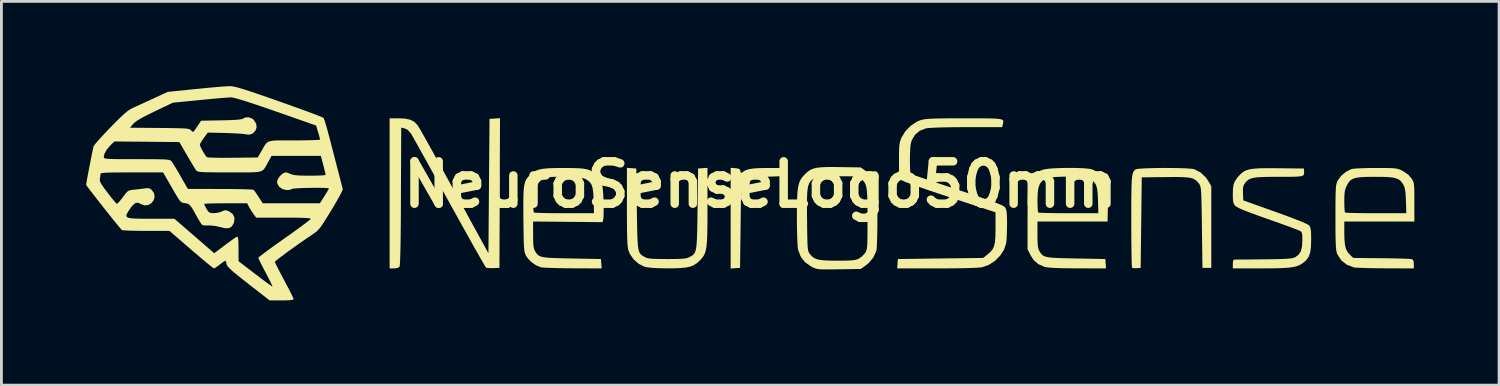
<source format=kicad_pcb>
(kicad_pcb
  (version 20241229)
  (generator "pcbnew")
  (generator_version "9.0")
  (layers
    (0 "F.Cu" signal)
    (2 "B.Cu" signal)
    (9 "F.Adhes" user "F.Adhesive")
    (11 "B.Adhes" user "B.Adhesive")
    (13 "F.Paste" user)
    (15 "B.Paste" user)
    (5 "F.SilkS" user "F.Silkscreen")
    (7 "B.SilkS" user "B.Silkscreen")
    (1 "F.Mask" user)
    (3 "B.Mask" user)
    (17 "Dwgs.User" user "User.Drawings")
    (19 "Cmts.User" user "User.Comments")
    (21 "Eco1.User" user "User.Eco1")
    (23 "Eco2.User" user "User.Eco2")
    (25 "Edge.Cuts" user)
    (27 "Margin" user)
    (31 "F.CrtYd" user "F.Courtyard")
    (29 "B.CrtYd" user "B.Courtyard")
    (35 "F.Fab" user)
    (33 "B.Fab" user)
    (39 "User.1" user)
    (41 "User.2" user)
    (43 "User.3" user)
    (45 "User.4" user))
  (footprint "NeuroSenseLogo50mm"
    (layer "F.Cu")
    (at 23.876 3.484)
    (property "Reference" "NeuroSenseLogo50mm" (at 0 0 0) (layer "F.SilkS") (effects (font (size 1.5 1.5) (thickness 0.3))))
    (attr board_only exclude_from_pos_files exclude_from_bom)
    (fp_poly (pts (xy -0.889 -0.579) (xy -0.781 -0.564) (xy -0.729 -0.532) (xy -0.71 -0.475) (xy -0.694 -0.413) (xy -0.659 -0.419) (xy -0.632 -0.441) (xy -0.539 -0.5) (xy -0.412 -0.543) (xy -0.239 -0.57) (xy -0.009 -0.583) (xy 0.204 -0.586) (xy 0.708 -0.586) (xy 0.696 -0.44) (xy 0.684 -0.293) (xy 0.137 -0.274) (xy -0.084 -0.263) (xy -0.271 -0.247) (xy -0.411 -0.229) (xy -0.488 -0.209) (xy -0.492 -0.207) (xy -0.539 -0.179) (xy -0.579 -0.15) (xy -0.61 -0.112) (xy -0.635 -0.058) (xy -0.654 0.02) (xy -0.668 0.13) (xy -0.679 0.279) (xy -0.687 0.475) (xy -0.693 0.725) (xy -0.698 1.038) (xy -0.703 1.42) (xy -0.703 1.462) (xy -0.723 2.95) (xy -0.889 2.962) (xy -1.055 2.974) (xy -1.055 1.192) (xy -1.055 -0.591)) (stroke (width 0) (type solid)) (fill yes) (layer "F.SilkS"))
    (fp_poly (pts (xy 14.597 -0.585) (xy 14.834 -0.581) (xy 15.043 -0.574) (xy 15.212 -0.563) (xy 15.328 -0.55) (xy 15.361 -0.542) (xy 15.586 -0.426) (xy 15.774 -0.244) (xy 15.855 -0.126) (xy 15.963 0.059) (xy 15.963 1.504) (xy 15.963 2.95) (xy 15.807 2.95) (xy 15.65 2.95) (xy 15.631 1.517) (xy 15.626 1.144) (xy 15.621 0.841) (xy 15.615 0.599) (xy 15.61 0.412) (xy 15.603 0.271) (xy 15.594 0.168) (xy 15.583 0.095) (xy 15.569 0.043) (xy 15.552 0.006) (xy 15.531 -0.026) (xy 15.53 -0.027) (xy 15.469 -0.103) (xy 15.404 -0.162) (xy 15.324 -0.206) (xy 15.22 -0.236) (xy 15.08 -0.255) (xy 14.894 -0.264) (xy 14.651 -0.267) (xy 14.341 -0.264) (xy 14.341 -0.264) (xy 13.501 -0.254) (xy 13.482 1.348) (xy 13.462 2.95) (xy 13.324 2.962) (xy 13.224 2.963) (xy 13.162 2.949) (xy 13.158 2.946) (xy 13.152 2.902) (xy 13.146 2.788) (xy 13.141 2.613) (xy 13.137 2.384) (xy 13.134 2.111) (xy 13.131 1.801) (xy 13.13 1.463) (xy 13.13 1.3) (xy 13.13 0.888) (xy 13.131 0.547) (xy 13.134 0.269) (xy 13.139 0.048) (xy 13.146 -0.124) (xy 13.157 -0.254) (xy 13.171 -0.35) (xy 13.191 -0.419) (xy 13.215 -0.468) (xy 13.245 -0.504) (xy 13.281 -0.535) (xy 13.283 -0.536) (xy 13.342 -0.552) (xy 13.465 -0.564) (xy 13.641 -0.574) (xy 13.855 -0.581) (xy 14.094 -0.586) (xy 14.346 -0.587)) (stroke (width 0) (type solid)) (fill yes) (layer "F.SilkS"))
    (fp_poly (pts (xy -9.232 0.301) (xy -9.242 2.95) (xy -9.457 2.96) (xy -9.584 2.961) (xy -9.682 2.952) (xy -9.716 2.941) (xy -9.743 2.902) (xy -9.803 2.801) (xy -9.895 2.643) (xy -10.014 2.433) (xy -10.159 2.178) (xy -10.324 1.882) (xy -10.508 1.553) (xy -10.707 1.195) (xy -10.918 0.814) (xy -11.022 0.625) (xy -11.24 0.232) (xy -11.448 -0.145) (xy -11.643 -0.498) (xy -11.823 -0.822) (xy -11.984 -1.111) (xy -12.121 -1.358) (xy -12.233 -1.557) (xy -12.315 -1.703) (xy -12.364 -1.789) (xy -12.374 -1.806) (xy -12.49 -1.936) (xy -12.592 -1.984) (xy -12.72 -2.017) (xy -12.73 0.424) (xy -12.732 0.978) (xy -12.736 1.457) (xy -12.74 1.862) (xy -12.745 2.198) (xy -12.752 2.467) (xy -12.759 2.67) (xy -12.767 2.812) (xy -12.776 2.894) (xy -12.783 2.917) (xy -12.848 2.952) (xy -12.954 2.969) (xy -12.978 2.97) (xy -13.13 2.97) (xy -13.13 0.313) (xy -13.13 -2.345) (xy -12.816 -2.345) (xy -12.575 -2.333) (xy -12.394 -2.293) (xy -12.257 -2.221) (xy -12.148 -2.11) (xy -12.144 -2.105) (xy -12.116 -2.062) (xy -12.07 -1.986) (xy -12.003 -1.871) (xy -11.916 -1.717) (xy -11.805 -1.52) (xy -11.669 -1.276) (xy -11.507 -0.984) (xy -11.317 -0.64) (xy -11.098 -0.241) (xy -10.847 0.215) (xy -10.564 0.731) (xy -10.247 1.311) (xy -9.929 1.891) (xy -9.632 2.433) (xy -9.613 0.054) (xy -9.593 -2.325) (xy -9.407 -2.337) (xy -9.222 -2.349)) (stroke (width 0) (type solid)) (fill yes) (layer "F.SilkS"))
    (fp_poly (pts (xy -1.876 0.772) (xy -1.876 1.175) (xy -1.879 1.509) (xy -1.884 1.781) (xy -1.894 1.999) (xy -1.909 2.172) (xy -1.931 2.308) (xy -1.96 2.415) (xy -1.998 2.501) (xy -2.046 2.576) (xy -2.106 2.646) (xy -2.144 2.686) (xy -2.249 2.783) (xy -2.36 2.855) (xy -2.489 2.907) (xy -2.65 2.94) (xy -2.856 2.959) (xy -3.119 2.967) (xy -3.299 2.967) (xy -3.619 2.962) (xy -3.864 2.948) (xy -4.039 2.925) (xy -4.108 2.909) (xy -4.308 2.81) (xy -4.486 2.655) (xy -4.62 2.464) (xy -4.664 2.363) (xy -4.682 2.302) (xy -4.696 2.227) (xy -4.707 2.129) (xy -4.715 2) (xy -4.721 1.831) (xy -4.725 1.614) (xy -4.727 1.34) (xy -4.728 1.002) (xy -4.728 0.792) (xy -4.728 -0.591) (xy -4.562 -0.579) (xy -4.396 -0.567) (xy -4.377 0.861) (xy -4.371 1.252) (xy -4.366 1.571) (xy -4.359 1.829) (xy -4.349 2.031) (xy -4.336 2.186) (xy -4.317 2.302) (xy -4.291 2.387) (xy -4.258 2.448) (xy -4.216 2.492) (xy -4.163 2.529) (xy -4.099 2.565) (xy -4.093 2.568) (xy -4.034 2.595) (xy -3.96 2.613) (xy -3.857 2.626) (xy -3.712 2.633) (xy -3.513 2.637) (xy -3.302 2.638) (xy -3.049 2.637) (xy -2.861 2.632) (xy -2.725 2.624) (xy -2.628 2.61) (xy -2.558 2.59) (xy -2.511 2.568) (xy -2.446 2.532) (xy -2.392 2.496) (xy -2.349 2.452) (xy -2.315 2.393) (xy -2.289 2.311) (xy -2.27 2.198) (xy -2.256 2.046) (xy -2.246 1.848) (xy -2.239 1.596) (xy -2.233 1.282) (xy -2.228 0.898) (xy -2.227 0.861) (xy -2.208 -0.567) (xy -2.042 -0.579) (xy -1.876 -0.591)) (stroke (width 0) (type solid)) (fill yes) (layer "F.SilkS"))
    (fp_poly (pts (xy 11.237 -0.585) (xy 11.455 -0.575) (xy 11.63 -0.559) (xy 11.738 -0.538) (xy 11.868 -0.477) (xy 12.007 -0.377) (xy 12.061 -0.328) (xy 12.152 -0.223) (xy 12.219 -0.106) (xy 12.265 0.035) (xy 12.292 0.214) (xy 12.304 0.443) (xy 12.303 0.735) (xy 12.302 0.782) (xy 12.29 1.309) (xy 11.049 1.309) (xy 9.808 1.309) (xy 9.808 1.778) (xy 9.81 1.988) (xy 9.818 2.137) (xy 9.832 2.241) (xy 9.856 2.317) (xy 9.885 2.371) (xy 9.926 2.436) (xy 9.97 2.487) (xy 10.025 2.526) (xy 10.101 2.556) (xy 10.208 2.577) (xy 10.353 2.592) (xy 10.547 2.603) (xy 10.8 2.61) (xy 11.119 2.617) (xy 11.176 2.618) (xy 12.212 2.638) (xy 12.224 2.804) (xy 12.236 2.97) (xy 11.227 2.967) (xy 10.863 2.965) (xy 10.572 2.959) (xy 10.348 2.95) (xy 10.185 2.937) (xy 10.079 2.92) (xy 10.056 2.914) (xy 9.838 2.818) (xy 9.675 2.677) (xy 9.558 2.493) (xy 9.457 2.29) (xy 9.457 1.213) (xy 9.458 0.887) (xy 9.463 0.596) (xy 9.464 0.55) (xy 9.808 0.55) (xy 9.811 0.722) (xy 9.817 0.865) (xy 9.826 0.96) (xy 9.834 0.99) (xy 9.879 0.997) (xy 9.991 1.003) (xy 10.161 1.008) (xy 10.377 1.012) (xy 10.63 1.015) (xy 10.909 1.016) (xy 10.912 1.016) (xy 11.964 1.016) (xy 11.951 0.55) (xy 11.94 0.31) (xy 11.917 0.134) (xy 11.878 0.007) (xy 11.815 -0.086) (xy 11.724 -0.16) (xy 11.642 -0.205) (xy 11.537 -0.237) (xy 11.372 -0.26) (xy 11.166 -0.274) (xy 10.937 -0.281) (xy 10.702 -0.279) (xy 10.48 -0.269) (xy 10.287 -0.25) (xy 10.144 -0.224) (xy 10.084 -0.202) (xy 9.972 -0.125) (xy 9.893 -0.025) (xy 9.843 0.111) (xy 9.816 0.298) (xy 9.808 0.547) (xy 9.808 0.55) (xy 9.464 0.55) (xy 9.47 0.351) (xy 9.479 0.159) (xy 9.491 0.031) (xy 9.499 -0.013) (xy 9.584 -0.193) (xy 9.725 -0.358) (xy 9.899 -0.483) (xy 9.993 -0.524) (xy 10.106 -0.548) (xy 10.28 -0.567) (xy 10.498 -0.58) (xy 10.741 -0.587) (xy 10.993 -0.589)) (stroke (width 0) (type solid)) (fill yes) (layer "F.SilkS"))
    (fp_poly (pts (xy 18.221 -0.578) (xy 18.349 -0.577) (xy 19.245 -0.567) (xy 19.248 -0.469) (xy 19.249 -0.406) (xy 19.242 -0.359) (xy 19.217 -0.324) (xy 19.165 -0.3) (xy 19.077 -0.286) (xy 18.943 -0.278) (xy 18.753 -0.274) (xy 18.5 -0.274) (xy 18.361 -0.274) (xy 18.046 -0.272) (xy 17.798 -0.267) (xy 17.608 -0.257) (xy 17.465 -0.238) (xy 17.359 -0.211) (xy 17.279 -0.172) (xy 17.216 -0.12) (xy 17.16 -0.056) (xy 17.111 0.02) (xy 17.087 0.106) (xy 17.082 0.229) (xy 17.085 0.308) (xy 17.096 0.562) (xy 18.229 0.966) (xy 18.604 1.101) (xy 18.911 1.217) (xy 19.15 1.311) (xy 19.317 1.384) (xy 19.412 1.435) (xy 19.431 1.451) (xy 19.462 1.502) (xy 19.483 1.577) (xy 19.494 1.691) (xy 19.499 1.86) (xy 19.499 1.963) (xy 19.491 2.219) (xy 19.463 2.414) (xy 19.408 2.563) (xy 19.322 2.682) (xy 19.199 2.785) (xy 19.19 2.791) (xy 19.107 2.842) (xy 19.015 2.882) (xy 18.906 2.913) (xy 18.768 2.936) (xy 18.592 2.952) (xy 18.368 2.962) (xy 18.087 2.967) (xy 17.738 2.969) (xy 17.712 2.969) (xy 16.725 2.97) (xy 16.725 2.814) (xy 16.733 2.709) (xy 16.761 2.664) (xy 16.793 2.658) (xy 16.85 2.657) (xy 16.973 2.656) (xy 17.152 2.655) (xy 17.375 2.652) (xy 17.629 2.65) (xy 17.839 2.648) (xy 18.148 2.644) (xy 18.389 2.639) (xy 18.573 2.632) (xy 18.708 2.623) (xy 18.806 2.612) (xy 18.875 2.596) (xy 18.928 2.576) (xy 18.942 2.568) (xy 19.058 2.481) (xy 19.134 2.361) (xy 19.175 2.194) (xy 19.187 1.976) (xy 19.185 1.826) (xy 19.176 1.733) (xy 19.154 1.68) (xy 19.111 1.646) (xy 19.079 1.629) (xy 19.015 1.602) (xy 18.888 1.554) (xy 18.708 1.487) (xy 18.486 1.407) (xy 18.233 1.317) (xy 17.959 1.22) (xy 17.936 1.212) (xy 17.59 1.089) (xy 17.313 0.987) (xy 17.101 0.904) (xy 16.949 0.837) (xy 16.853 0.786) (xy 16.813 0.755) (xy 16.767 0.695) (xy 16.741 0.623) (xy 16.728 0.516) (xy 16.725 0.354) (xy 16.725 0.352) (xy 16.73 0.15) (xy 16.752 0.001) (xy 16.797 -0.117) (xy 16.874 -0.23) (xy 16.941 -0.308) (xy 17.021 -0.39) (xy 17.104 -0.455) (xy 17.198 -0.503) (xy 17.316 -0.538) (xy 17.467 -0.561) (xy 17.661 -0.574) (xy 17.909 -0.579)) (stroke (width 0) (type solid)) (fill yes) (layer "F.SilkS"))
    (fp_poly (pts (xy -6.685 -0.584) (xy -6.459 -0.578) (xy -6.285 -0.564) (xy -6.151 -0.54) (xy -6.044 -0.506) (xy -5.951 -0.457) (xy -5.871 -0.403) (xy -5.764 -0.31) (xy -5.684 -0.204) (xy -5.628 -0.073) (xy -5.59 0.098) (xy -5.568 0.321) (xy -5.556 0.576) (xy -5.552 0.785) (xy -5.552 0.973) (xy -5.556 1.123) (xy -5.563 1.217) (xy -5.565 1.232) (xy -5.59 1.332) (xy -6.82 1.32) (xy -8.05 1.309) (xy -8.05 1.778) (xy -8.048 1.988) (xy -8.041 2.137) (xy -8.026 2.241) (xy -8.002 2.317) (xy -7.974 2.371) (xy -7.932 2.436) (xy -7.888 2.487) (xy -7.833 2.526) (xy -7.757 2.556) (xy -7.651 2.577) (xy -7.505 2.592) (xy -7.311 2.603) (xy -7.058 2.61) (xy -6.739 2.617) (xy -6.682 2.618) (xy -5.647 2.638) (xy -5.635 2.804) (xy -5.623 2.97) (xy -6.631 2.966) (xy -6.911 2.964) (xy -7.172 2.959) (xy -7.401 2.953) (xy -7.587 2.946) (xy -7.716 2.938) (xy -7.771 2.931) (xy -7.952 2.857) (xy -8.126 2.732) (xy -8.264 2.58) (xy -8.3 2.52) (xy -8.324 2.471) (xy -8.343 2.417) (xy -8.358 2.348) (xy -8.369 2.256) (xy -8.377 2.131) (xy -8.383 1.963) (xy -8.387 1.742) (xy -8.391 1.459) (xy -8.394 1.231) (xy -8.396 0.871) (xy -8.396 0.58) (xy -8.395 0.535) (xy -8.05 0.535) (xy -8.048 0.711) (xy -8.042 0.857) (xy -8.033 0.956) (xy -8.024 0.99) (xy -7.979 0.997) (xy -7.867 1.003) (xy -7.698 1.008) (xy -7.481 1.012) (xy -7.228 1.015) (xy -6.949 1.016) (xy -6.946 1.016) (xy -5.894 1.016) (xy -5.907 0.55) (xy -5.918 0.31) (xy -5.941 0.134) (xy -5.98 0.007) (xy -6.043 -0.086) (xy -6.135 -0.16) (xy -6.216 -0.205) (xy -6.318 -0.235) (xy -6.479 -0.257) (xy -6.683 -0.272) (xy -6.91 -0.279) (xy -7.144 -0.279) (xy -7.366 -0.27) (xy -7.558 -0.254) (xy -7.702 -0.23) (xy -7.76 -0.211) (xy -7.876 -0.14) (xy -7.958 -0.049) (xy -8.011 0.077) (xy -8.04 0.251) (xy -8.05 0.487) (xy -8.05 0.535) (xy -8.395 0.535) (xy -8.392 0.348) (xy -8.381 0.166) (xy -8.364 0.026) (xy -8.337 -0.082) (xy -8.301 -0.167) (xy -8.253 -0.239) (xy -8.193 -0.307) (xy -8.157 -0.343) (xy -8.065 -0.422) (xy -7.967 -0.483) (xy -7.851 -0.527) (xy -7.705 -0.557) (xy -7.517 -0.575) (xy -7.274 -0.584) (xy -6.976 -0.586)) (stroke (width 0) (type solid)) (fill yes) (layer "F.SilkS"))
    (fp_poly (pts (xy 22.041 -0.586) (xy 22.238 -0.584) (xy 22.382 -0.579) (xy 22.488 -0.569) (xy 22.569 -0.553) (xy 22.638 -0.53) (xy 22.708 -0.498) (xy 22.738 -0.484) (xy 22.935 -0.351) (xy 23.048 -0.223) (xy 23.086 -0.164) (xy 23.113 -0.109) (xy 23.132 -0.044) (xy 23.144 0.043) (xy 23.15 0.166) (xy 23.153 0.338) (xy 23.153 0.573) (xy 23.153 0.622) (xy 23.153 1.309) (xy 21.912 1.309) (xy 20.672 1.309) (xy 20.672 1.7) (xy 20.678 1.952) (xy 20.697 2.142) (xy 20.734 2.284) (xy 20.792 2.395) (xy 20.869 2.484) (xy 20.989 2.599) (xy 21.973 2.609) (xy 22.248 2.612) (xy 22.499 2.617) (xy 22.717 2.622) (xy 22.889 2.628) (xy 23.004 2.634) (xy 23.046 2.639) (xy 23.104 2.666) (xy 23.129 2.727) (xy 23.134 2.814) (xy 23.134 2.97) (xy 22.127 2.966) (xy 21.848 2.964) (xy 21.59 2.96) (xy 21.363 2.954) (xy 21.182 2.947) (xy 21.056 2.94) (xy 21.004 2.933) (xy 20.76 2.839) (xy 20.569 2.687) (xy 20.433 2.483) (xy 20.42 2.453) (xy 20.401 2.397) (xy 20.387 2.321) (xy 20.376 2.216) (xy 20.369 2.072) (xy 20.363 1.881) (xy 20.36 1.633) (xy 20.359 1.32) (xy 20.359 1.166) (xy 20.359 0.835) (xy 20.361 0.588) (xy 20.672 0.588) (xy 20.674 0.752) (xy 20.681 0.886) (xy 20.691 0.971) (xy 20.698 0.99) (xy 20.742 0.997) (xy 20.854 1.003) (xy 21.024 1.008) (xy 21.241 1.012) (xy 21.495 1.015) (xy 21.776 1.016) (xy 21.796 1.016) (xy 22.868 1.016) (xy 22.854 0.576) (xy 22.845 0.366) (xy 22.83 0.215) (xy 22.807 0.107) (xy 22.773 0.023) (xy 22.761 0) (xy 22.699 -0.092) (xy 22.627 -0.162) (xy 22.534 -0.211) (xy 22.408 -0.244) (xy 22.236 -0.263) (xy 22.008 -0.272) (xy 21.766 -0.273) (xy 21.482 -0.271) (xy 21.264 -0.261) (xy 21.101 -0.24) (xy 20.982 -0.205) (xy 20.894 -0.152) (xy 20.826 -0.077) (xy 20.767 0.023) (xy 20.76 0.038) (xy 20.716 0.138) (xy 20.689 0.244) (xy 20.676 0.378) (xy 20.672 0.565) (xy 20.672 0.588) (xy 20.361 0.588) (xy 20.361 0.573) (xy 20.364 0.369) (xy 20.369 0.214) (xy 20.376 0.099) (xy 20.387 0.015) (xy 20.403 -0.05) (xy 20.422 -0.104) (xy 20.439 -0.14) (xy 20.555 -0.303) (xy 20.725 -0.446) (xy 20.918 -0.545) (xy 20.995 -0.559) (xy 21.136 -0.57) (xy 21.331 -0.579) (xy 21.566 -0.585) (xy 21.78 -0.586)) (stroke (width 0) (type solid)) (fill yes) (layer "F.SilkS"))
    (fp_poly (pts (xy 7.586 -2.345) (xy 7.885 -2.344) (xy 8.121 -2.341) (xy 8.3 -2.335) (xy 8.43 -2.325) (xy 8.518 -2.31) (xy 8.571 -2.288) (xy 8.596 -2.258) (xy 8.6 -2.22) (xy 8.592 -2.172) (xy 8.581 -2.13) (xy 8.556 -2.032) (xy 7.309 -2.032) (xy 6.933 -2.031) (xy 6.601 -2.026) (xy 6.319 -2.02) (xy 6.095 -2.01) (xy 5.935 -1.999) (xy 5.859 -1.989) (xy 5.642 -1.905) (xy 5.472 -1.763) (xy 5.358 -1.57) (xy 5.32 -1.44) (xy 5.308 -1.339) (xy 5.3 -1.193) (xy 5.294 -1.02) (xy 5.292 -0.838) (xy 5.294 -0.664) (xy 5.299 -0.517) (xy 5.308 -0.414) (xy 5.319 -0.375) (xy 5.358 -0.36) (xy 5.464 -0.323) (xy 5.629 -0.267) (xy 5.845 -0.194) (xy 6.105 -0.107) (xy 6.402 -0.009) (xy 6.727 0.099) (xy 6.97 0.18) (xy 7.372 0.313) (xy 7.705 0.425) (xy 7.977 0.517) (xy 8.193 0.593) (xy 8.359 0.655) (xy 8.483 0.705) (xy 8.571 0.745) (xy 8.628 0.778) (xy 8.661 0.806) (xy 8.669 0.816) (xy 8.697 0.877) (xy 8.716 0.966) (xy 8.726 1.098) (xy 8.731 1.287) (xy 8.731 1.404) (xy 8.728 1.611) (xy 8.722 1.808) (xy 8.712 1.971) (xy 8.701 2.073) (xy 8.628 2.301) (xy 8.491 2.514) (xy 8.306 2.7) (xy 8.087 2.843) (xy 7.853 2.927) (xy 7.756 2.939) (xy 7.587 2.949) (xy 7.353 2.958) (xy 7.059 2.964) (xy 6.713 2.968) (xy 6.321 2.97) (xy 6.248 2.97) (xy 4.841 2.97) (xy 4.853 2.804) (xy 4.865 2.638) (xy 6.376 2.618) (xy 7.886 2.599) (xy 8.037 2.479) (xy 8.141 2.387) (xy 8.217 2.296) (xy 8.268 2.189) (xy 8.3 2.053) (xy 8.317 1.874) (xy 8.323 1.635) (xy 8.323 1.537) (xy 8.323 0.983) (xy 6.692 0.448) (xy 6.313 0.323) (xy 5.969 0.207) (xy 5.666 0.102) (xy 5.41 0.012) (xy 5.208 -0.063) (xy 5.066 -0.12) (xy 4.991 -0.155) (xy 4.982 -0.162) (xy 4.953 -0.196) (xy 4.932 -0.241) (xy 4.918 -0.311) (xy 4.909 -0.416) (xy 4.906 -0.572) (xy 4.905 -0.789) (xy 4.905 -0.851) (xy 4.906 -1.089) (xy 4.91 -1.264) (xy 4.919 -1.393) (xy 4.934 -1.491) (xy 4.958 -1.574) (xy 4.992 -1.658) (xy 4.998 -1.672) (xy 5.131 -1.887) (xy 5.316 -2.077) (xy 5.531 -2.222) (xy 5.667 -2.279) (xy 5.732 -2.297) (xy 5.81 -2.311) (xy 5.909 -2.323) (xy 6.039 -2.331) (xy 6.207 -2.337) (xy 6.423 -2.341) (xy 6.696 -2.344) (xy 7.034 -2.345) (xy 7.215 -2.345)) (stroke (width 0) (type solid)) (fill yes) (layer "F.SilkS"))
    (fp_poly (pts (xy 2.659 -0.62) (xy 2.821 -0.618) (xy 3.55 -0.606) (xy 3.718 -0.487) (xy 3.922 -0.302) (xy 4.061 -0.082) (xy 4.102 0.034) (xy 4.115 0.119) (xy 4.124 0.268) (xy 4.132 0.468) (xy 4.137 0.706) (xy 4.14 0.969) (xy 4.141 1.242) (xy 4.139 1.513) (xy 4.135 1.768) (xy 4.129 1.994) (xy 4.121 2.177) (xy 4.11 2.304) (xy 4.102 2.349) (xy 3.998 2.583) (xy 3.825 2.786) (xy 3.718 2.871) (xy 3.55 2.989) (xy 2.781 3.001) (xy 2.518 3.005) (xy 2.32 3.006) (xy 2.174 3.004) (xy 2.067 2.997) (xy 1.987 2.983) (xy 1.92 2.962) (xy 1.854 2.933) (xy 1.804 2.908) (xy 1.586 2.758) (xy 1.428 2.559) (xy 1.335 2.316) (xy 1.331 2.302) (xy 1.319 2.206) (xy 1.309 2.046) (xy 1.3 1.834) (xy 1.294 1.584) (xy 1.29 1.31) (xy 1.29 1.158) (xy 1.291 0.807) (xy 1.292 0.763) (xy 1.647 0.763) (xy 1.648 1.082) (xy 1.65 1.238) (xy 1.653 1.561) (xy 1.657 1.816) (xy 1.662 2.011) (xy 1.668 2.156) (xy 1.677 2.261) (xy 1.689 2.335) (xy 1.705 2.386) (xy 1.725 2.425) (xy 1.742 2.449) (xy 1.814 2.535) (xy 1.894 2.599) (xy 1.995 2.643) (xy 2.129 2.672) (xy 2.309 2.689) (xy 2.548 2.695) (xy 2.716 2.696) (xy 2.964 2.695) (xy 3.148 2.69) (xy 3.281 2.68) (xy 3.377 2.664) (xy 3.449 2.641) (xy 3.477 2.628) (xy 3.592 2.547) (xy 3.692 2.44) (xy 3.702 2.427) (xy 3.728 2.385) (xy 3.749 2.342) (xy 3.764 2.287) (xy 3.775 2.211) (xy 3.783 2.104) (xy 3.787 1.956) (xy 3.789 1.758) (xy 3.79 1.5) (xy 3.79 1.224) (xy 3.79 0.88) (xy 3.787 0.606) (xy 3.78 0.39) (xy 3.769 0.224) (xy 3.751 0.099) (xy 3.725 0.004) (xy 3.689 -0.069) (xy 3.643 -0.13) (xy 3.585 -0.188) (xy 3.577 -0.195) (xy 3.539 -0.229) (xy 3.498 -0.254) (xy 3.445 -0.272) (xy 3.367 -0.283) (xy 3.252 -0.289) (xy 3.088 -0.292) (xy 2.863 -0.293) (xy 2.735 -0.293) (xy 2.476 -0.293) (xy 2.282 -0.29) (xy 2.143 -0.285) (xy 2.045 -0.275) (xy 1.978 -0.26) (xy 1.928 -0.238) (xy 1.888 -0.212) (xy 1.819 -0.158) (xy 1.764 -0.103) (xy 1.722 -0.038) (xy 1.691 0.047) (xy 1.669 0.16) (xy 1.655 0.311) (xy 1.648 0.509) (xy 1.647 0.763) (xy 1.292 0.763) (xy 1.297 0.524) (xy 1.308 0.299) (xy 1.328 0.121) (xy 1.357 -0.018) (xy 1.398 -0.13) (xy 1.453 -0.224) (xy 1.523 -0.311) (xy 1.577 -0.367) (xy 1.668 -0.452) (xy 1.761 -0.516) (xy 1.867 -0.562) (xy 1.998 -0.594) (xy 2.166 -0.612) (xy 2.382 -0.62)) (stroke (width 0) (type solid)) (fill yes) (layer "F.SilkS"))
    (fp_poly (pts (xy -18.73 -3.48) (xy -18.649 -3.468) (xy -18.544 -3.444) (xy -18.409 -3.407) (xy -18.236 -3.353) (xy -18.018 -3.282) (xy -17.748 -3.19) (xy -17.418 -3.076) (xy -17.057 -2.949) (xy -16.727 -2.833) (xy -16.42 -2.722) (xy -16.142 -2.622) (xy -15.903 -2.533) (xy -15.71 -2.46) (xy -15.571 -2.406) (xy -15.494 -2.373) (xy -15.483 -2.366) (xy -15.468 -2.348) (xy -15.452 -2.317) (xy -15.432 -2.265) (xy -15.407 -2.187) (xy -15.374 -2.075) (xy -15.331 -1.922) (xy -15.278 -1.724) (xy -15.212 -1.472) (xy -15.131 -1.16) (xy -15.033 -0.782) (xy -14.988 -0.606) (xy -14.929 -0.379) (xy -14.877 -0.177) (xy -14.833 -0.011) (xy -14.803 0.105) (xy -14.789 0.157) (xy -14.803 0.207) (xy -14.853 0.313) (xy -14.933 0.463) (xy -15.038 0.646) (xy -15.16 0.853) (xy -15.196 0.913) (xy -15.34 1.147) (xy -15.452 1.325) (xy -15.541 1.457) (xy -15.615 1.555) (xy -15.683 1.629) (xy -15.753 1.69) (xy -15.834 1.749) (xy -15.89 1.787) (xy -16.078 1.914) (xy -16.279 2.053) (xy -16.483 2.197) (xy -16.679 2.337) (xy -16.857 2.468) (xy -17.007 2.581) (xy -17.119 2.669) (xy -17.183 2.724) (xy -17.194 2.739) (xy -17.176 2.783) (xy -17.127 2.884) (xy -17.053 3.03) (xy -16.959 3.21) (xy -16.862 3.393) (xy -16.755 3.595) (xy -16.662 3.774) (xy -16.59 3.919) (xy -16.544 4.018) (xy -16.53 4.058) (xy -16.561 4.08) (xy -16.66 4.095) (xy -16.829 4.102) (xy -16.955 4.103) (xy -17.379 4.103) (xy -18.137 3.513) (xy -18.378 3.323) (xy -18.564 3.174) (xy -18.702 3.059) (xy -18.798 2.971) (xy -18.859 2.905) (xy -18.893 2.854) (xy -18.906 2.811) (xy -18.906 2.809) (xy -18.923 2.729) (xy -18.945 2.697) (xy -18.988 2.719) (xy -19.071 2.777) (xy -19.143 2.833) (xy -19.244 2.908) (xy -19.321 2.958) (xy -19.351 2.97) (xy -19.389 2.945) (xy -19.477 2.876) (xy -19.609 2.769) (xy -19.774 2.631) (xy -19.966 2.468) (xy -20.156 2.306) (xy -20.925 1.641) (xy -21.746 1.641) (xy -21.993 1.639) (xy -22.214 1.635) (xy -22.398 1.63) (xy -22.531 1.622) (xy -22.602 1.614) (xy -22.61 1.611) (xy -22.645 1.573) (xy -22.72 1.485) (xy -22.826 1.356) (xy -22.955 1.196) (xy -23.099 1.016) (xy -23.251 0.824) (xy -23.402 0.632) (xy -23.545 0.45) (xy -23.672 0.286) (xy -23.774 0.152) (xy -23.845 0.057) (xy -23.875 0.011) (xy -23.876 0.009) (xy -23.869 -0.045) (xy -23.85 -0.154) (xy -23.394 -0.154) (xy -23.376 -0.09) (xy -23.33 -0.005) (xy -23.249 0.113) (xy -23.126 0.278) (xy -23.115 0.293) (xy -23 0.441) (xy -22.9 0.564) (xy -22.825 0.648) (xy -22.786 0.684) (xy -22.784 0.684) (xy -22.747 0.655) (xy -22.678 0.577) (xy -22.591 0.467) (xy -22.574 0.443) (xy -22.482 0.321) (xy -22.414 0.248) (xy -22.348 0.21) (xy -22.261 0.191) (xy -22.169 0.182) (xy -22.012 0.165) (xy -21.861 0.146) (xy -21.793 0.135) (xy -21.68 0.126) (xy -21.599 0.156) (xy -21.549 0.198) (xy -21.468 0.315) (xy -21.451 0.44) (xy -21.487 0.559) (xy -21.564 0.657) (xy -21.671 0.722) (xy -21.796 0.74) (xy -21.928 0.697) (xy -21.953 0.681) (xy -22.048 0.641) (xy -22.141 0.661) (xy -22.24 0.748) (xy -22.339 0.882) (xy -22.404 0.983) (xy -22.444 1.06) (xy -22.452 1.118) (xy -22.421 1.159) (xy -22.344 1.186) (xy -22.214 1.201) (xy -22.025 1.209) (xy -21.769 1.211) (xy -21.567 1.211) (xy -20.752 1.211) (xy -20.446 1.475) (xy -20.292 1.609) (xy -20.103 1.772) (xy -19.906 1.943) (xy -19.742 2.085) (xy -19.342 2.432) (xy -18.97 2.152) (xy -18.819 2.04) (xy -18.688 1.946) (xy -18.59 1.879) (xy -18.541 1.85) (xy -18.516 1.852) (xy -18.499 1.887) (xy -18.488 1.966) (xy -18.483 2.103) (xy -18.481 2.272) (xy -18.479 2.716) (xy -17.885 3.17) (xy -17.7 3.31) (xy -17.537 3.432) (xy -17.406 3.527) (xy -17.317 3.59) (xy -17.279 3.612) (xy -17.278 3.612) (xy -17.291 3.576) (xy -17.334 3.483) (xy -17.402 3.347) (xy -17.488 3.179) (xy -17.522 3.115) (xy -17.615 2.937) (xy -17.693 2.784) (xy -17.75 2.667) (xy -17.778 2.602) (xy -17.78 2.594) (xy -17.749 2.563) (xy -17.662 2.494) (xy -17.527 2.392) (xy -17.352 2.263) (xy -17.145 2.114) (xy -16.914 1.95) (xy -16.863 1.914) (xy -16.627 1.747) (xy -16.411 1.592) (xy -16.226 1.457) (xy -16.078 1.346) (xy -15.976 1.267) (xy -15.929 1.225) (xy -15.926 1.221) (xy -15.936 1.205) (xy -15.984 1.193) (xy -16.077 1.184) (xy -16.223 1.178) (xy -16.429 1.174) (xy -16.702 1.173) (xy -16.88 1.172) (xy -17.854 1.172) (xy -17.949 1.045) (xy -18.031 0.925) (xy -18.103 0.802) (xy -18.109 0.791) (xy -18.173 0.664) (xy -18.934 0.664) (xy -19.168 0.665) (xy -19.373 0.668) (xy -19.537 0.673) (xy -19.648 0.678) (xy -19.694 0.685) (xy -19.695 0.686) (xy -19.675 0.745) (xy -19.629 0.835) (xy -19.573 0.925) (xy -19.528 0.982) (xy -19.523 0.986) (xy -19.431 1.012) (xy -19.299 1.011) (xy -19.16 0.985) (xy -19.071 0.952) (xy -18.979 0.913) (xy -18.907 0.913) (xy -18.812 0.951) (xy -18.81 0.952) (xy -18.681 1.048) (xy -18.623 1.176) (xy -18.637 1.332) (xy -18.649 1.366) (xy -18.717 1.484) (xy -18.817 1.543) (xy -18.958 1.547) (xy -19.123 1.508) (xy -19.284 1.47) (xy -19.452 1.451) (xy -19.529 1.45) (xy -19.65 1.45) (xy -19.74 1.44) (xy -19.764 1.432) (xy -19.802 1.387) (xy -19.865 1.29) (xy -19.943 1.157) (xy -19.988 1.077) (xy -20.083 0.905) (xy -20.155 0.79) (xy -20.215 0.719) (xy -20.275 0.681) (xy -20.347 0.663) (xy -20.397 0.658) (xy -20.45 0.65) (xy -20.496 0.63) (xy -20.543 0.588) (xy -20.599 0.515) (xy -20.672 0.399) (xy -20.771 0.231) (xy -20.842 0.107) (xy -21.152 -0.43) (xy -22.26 -0.43) (xy -22.591 -0.429) (xy -22.851 -0.427) (xy -23.049 -0.424) (xy -23.192 -0.418) (xy -23.287 -0.409) (xy -23.342 -0.398) (xy -23.366 -0.384) (xy -23.368 -0.376) (xy -23.375 -0.3) (xy -23.39 -0.21) (xy -23.394 -0.154) (xy -23.85 -0.154) (xy -23.849 -0.16) (xy -23.82 -0.319) (xy -23.784 -0.507) (xy -23.745 -0.709) (xy -23.706 -0.908) (xy -23.692 -0.979) (xy -23.251 -0.979) (xy -23.249 -0.956) (xy -23.237 -0.938) (xy -23.208 -0.924) (xy -23.154 -0.914) (xy -23.064 -0.907) (xy -22.933 -0.903) (xy -22.751 -0.9) (xy -22.509 -0.899) (xy -22.201 -0.899) (xy -22.085 -0.899) (xy -21.75 -0.898) (xy -21.484 -0.897) (xy -21.28 -0.894) (xy -21.128 -0.89) (xy -21.019 -0.882) (xy -20.946 -0.872) (xy -20.899 -0.859) (xy -20.87 -0.842) (xy -20.858 -0.83) (xy -20.817 -0.772) (xy -20.747 -0.66) (xy -20.657 -0.51) (xy -20.556 -0.338) (xy -20.537 -0.303) (xy -20.274 0.156) (xy -19.135 0.157) (xy -18.843 0.158) (xy -18.576 0.161) (xy -18.343 0.165) (xy -18.156 0.171) (xy -18.024 0.177) (xy -17.958 0.184) (xy -17.952 0.186) (xy -17.911 0.232) (xy -17.844 0.324) (xy -17.767 0.44) (xy -17.625 0.664) (xy -16.612 0.664) (xy -15.599 0.664) (xy -15.439 0.411) (xy -15.363 0.288) (xy -15.306 0.192) (xy -15.28 0.141) (xy -15.279 0.138) (xy -15.316 0.128) (xy -15.414 0.121) (xy -15.56 0.117) (xy -15.738 0.116) (xy -15.931 0.117) (xy -16.124 0.121) (xy -16.302 0.128) (xy -16.449 0.136) (xy -16.55 0.146) (xy -16.588 0.156) (xy -16.639 0.181) (xy -16.737 0.195) (xy -16.768 0.195) (xy -16.917 0.165) (xy -17.036 0.085) (xy -17.105 -0.029) (xy -17.116 -0.099) (xy -17.087 -0.196) (xy -17.014 -0.3) (xy -16.922 -0.386) (xy -16.831 -0.428) (xy -16.816 -0.43) (xy -16.731 -0.412) (xy -16.633 -0.371) (xy -16.561 -0.346) (xy -16.452 -0.328) (xy -16.294 -0.318) (xy -16.075 -0.313) (xy -15.958 -0.313) (xy -15.759 -0.315) (xy -15.59 -0.32) (xy -15.467 -0.328) (xy -15.402 -0.338) (xy -15.396 -0.342) (xy -15.405 -0.391) (xy -15.43 -0.496) (xy -15.465 -0.637) (xy -15.48 -0.694) (xy -15.564 -1.016) (xy -16.437 -1.016) (xy -17.309 -1.016) (xy -17.424 -0.811) (xy -17.483 -0.702) (xy -17.53 -0.616) (xy -17.575 -0.55) (xy -17.627 -0.502) (xy -17.696 -0.468) (xy -17.79 -0.447) (xy -17.921 -0.435) (xy -18.096 -0.43) (xy -18.326 -0.429) (xy -18.62 -0.43) (xy -18.793 -0.43) (xy -19.123 -0.43) (xy -19.384 -0.432) (xy -19.584 -0.435) (xy -19.731 -0.44) (xy -19.835 -0.448) (xy -19.904 -0.459) (xy -19.947 -0.473) (xy -19.971 -0.491) (xy -19.973 -0.494) (xy -20.012 -0.55) (xy -20.08 -0.66) (xy -20.17 -0.808) (xy -20.272 -0.981) (xy -20.301 -1.031) (xy -20.575 -1.504) (xy -21.725 -1.515) (xy -22.875 -1.525) (xy -23.007 -1.398) (xy -23.147 -1.237) (xy -23.23 -1.084) (xy -23.251 -0.979) (xy -23.692 -0.979) (xy -23.67 -1.088) (xy -23.64 -1.234) (xy -23.619 -1.329) (xy -23.612 -1.355) (xy -23.577 -1.408) (xy -23.495 -1.507) (xy -23.375 -1.641) (xy -23.227 -1.802) (xy -23.057 -1.98) (xy -23.026 -2.012) (xy -22.324 -2.012) (xy -21.273 -2.003) (xy -20.959 -2) (xy -20.714 -1.996) (xy -20.528 -1.992) (xy -20.392 -1.985) (xy -20.298 -1.977) (xy -20.235 -1.965) (xy -20.195 -1.948) (xy -20.169 -1.927) (xy -20.156 -1.913) (xy -20.118 -1.873) (xy -20.086 -1.867) (xy -20.045 -1.905) (xy -19.981 -1.996) (xy -19.947 -2.046) (xy -19.805 -2.26) (xy -19.087 -2.273) (xy -18.799 -2.28) (xy -18.583 -2.29) (xy -18.434 -2.304) (xy -18.347 -2.321) (xy -18.321 -2.335) (xy -18.228 -2.379) (xy -18.108 -2.378) (xy -17.993 -2.333) (xy -17.948 -2.296) (xy -17.856 -2.159) (xy -17.84 -2.025) (xy -17.876 -1.917) (xy -17.972 -1.808) (xy -18.106 -1.764) (xy -18.24 -1.78) (xy -18.315 -1.791) (xy -18.452 -1.803) (xy -18.635 -1.813) (xy -18.846 -1.822) (xy -18.957 -1.825) (xy -19.568 -1.84) (xy -19.71 -1.648) (xy -19.785 -1.538) (xy -19.836 -1.45) (xy -19.851 -1.408) (xy -19.831 -1.347) (xy -19.782 -1.247) (xy -19.718 -1.134) (xy -19.654 -1.034) (xy -19.605 -0.972) (xy -19.599 -0.967) (xy -19.55 -0.959) (xy -19.434 -0.953) (xy -19.263 -0.949) (xy -19.05 -0.946) (xy -18.805 -0.947) (xy -18.68 -0.948) (xy -17.802 -0.957) (xy -17.661 -1.198) (xy -17.597 -1.312) (xy -17.545 -1.399) (xy -17.494 -1.464) (xy -17.435 -1.509) (xy -17.355 -1.538) (xy -17.244 -1.555) (xy -17.092 -1.562) (xy -16.886 -1.564) (xy -16.618 -1.563) (xy -16.505 -1.563) (xy -16.247 -1.564) (xy -16.018 -1.568) (xy -15.827 -1.573) (xy -15.687 -1.579) (xy -15.607 -1.587) (xy -15.592 -1.592) (xy -15.603 -1.643) (xy -15.63 -1.744) (xy -15.663 -1.856) (xy -15.733 -2.09) (xy -17.157 -2.588) (xy -17.571 -2.732) (xy -17.928 -2.852) (xy -18.225 -2.949) (xy -18.459 -3.021) (xy -18.627 -3.067) (xy -18.726 -3.086) (xy -18.737 -3.087) (xy -18.82 -3.083) (xy -18.967 -3.072) (xy -19.166 -3.056) (xy -19.404 -3.035) (xy -19.668 -3.01) (xy -19.851 -2.992) (xy -20.808 -2.897) (xy -21.454 -2.588) (xy -21.723 -2.456) (xy -21.926 -2.349) (xy -22.073 -2.26) (xy -22.172 -2.187) (xy -22.212 -2.146) (xy -22.324 -2.012) (xy -23.026 -2.012) (xy -23.007 -2.031) (xy -22.801 -2.241) (xy -22.637 -2.401) (xy -22.507 -2.521) (xy -22.4 -2.607) (xy -22.307 -2.67) (xy -22.218 -2.716) (xy -22.206 -2.721) (xy -22.084 -2.776) (xy -21.913 -2.854) (xy -21.714 -2.945) (xy -21.509 -3.039) (xy -21.484 -3.051) (xy -20.987 -3.281) (xy -19.999 -3.381) (xy -19.716 -3.409) (xy -19.447 -3.435) (xy -19.206 -3.456) (xy -19.005 -3.472) (xy -18.859 -3.481) (xy -18.796 -3.484)) (stroke (width 0) (type solid)) (fill yes) (layer "F.SilkS")))
  (gr_rect
    (start -3 -3)
    (end 50.029 10.587)
    (stroke (width 0.1) (type default))
    (fill no)
    (layer "Edge.Cuts")))
</source>
